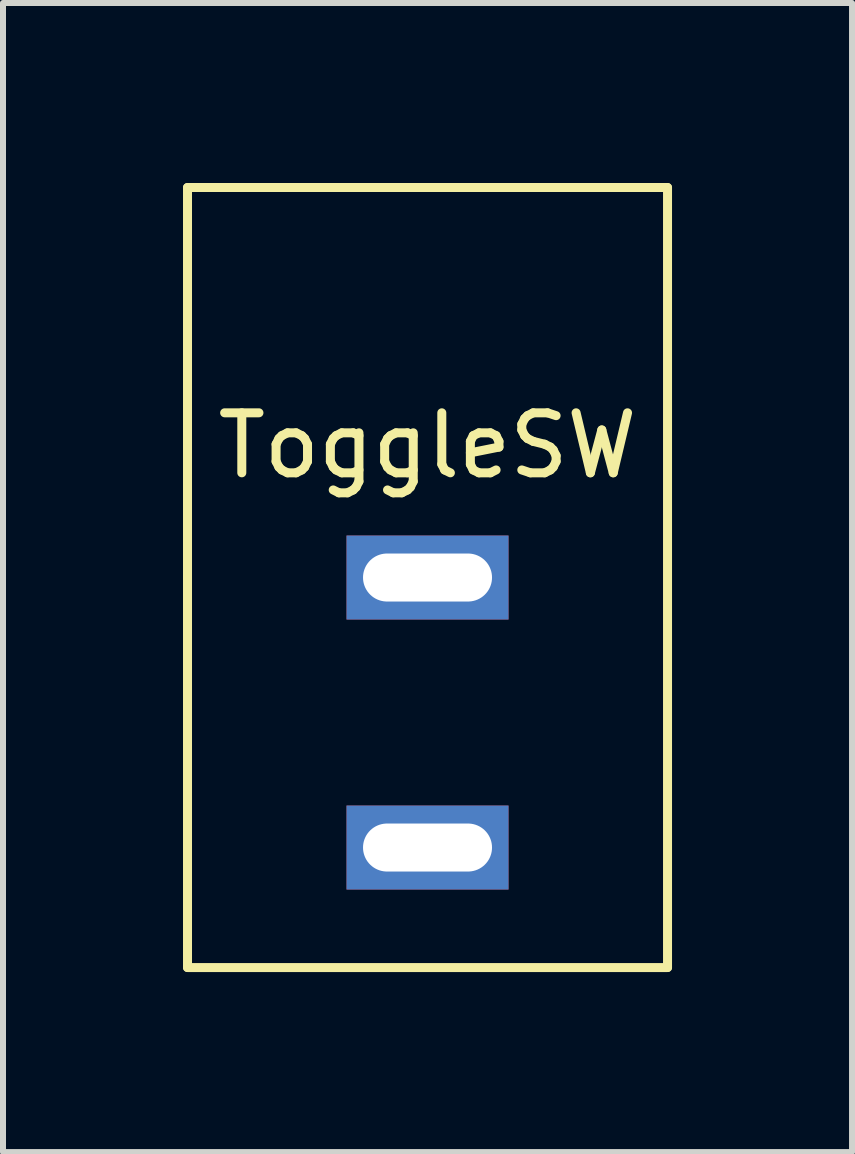
<source format=kicad_pcb>
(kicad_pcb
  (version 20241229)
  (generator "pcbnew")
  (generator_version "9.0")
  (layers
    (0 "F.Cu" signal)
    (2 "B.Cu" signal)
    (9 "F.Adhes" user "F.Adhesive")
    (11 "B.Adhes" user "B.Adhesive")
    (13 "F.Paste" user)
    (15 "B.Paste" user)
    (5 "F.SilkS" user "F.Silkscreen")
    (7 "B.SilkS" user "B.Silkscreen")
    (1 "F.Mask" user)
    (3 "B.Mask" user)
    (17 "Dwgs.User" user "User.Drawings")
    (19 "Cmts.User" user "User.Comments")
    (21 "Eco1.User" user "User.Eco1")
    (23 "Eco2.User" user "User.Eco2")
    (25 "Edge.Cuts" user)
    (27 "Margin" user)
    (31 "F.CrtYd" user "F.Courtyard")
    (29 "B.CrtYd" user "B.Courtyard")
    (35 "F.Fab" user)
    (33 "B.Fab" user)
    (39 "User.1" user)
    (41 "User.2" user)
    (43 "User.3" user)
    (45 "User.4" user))
  (footprint "ToggleSW"
    (layer "F.Cu")
    (at 4.075 6.575)
    (property "Reference" "ToggleSW" (at 0 -2.2 0) (layer "F.SilkS") (effects (font (size 1 1) (thickness 0.15))))
    (attr through_hole)
    (fp_line (start -4 -6.5) (end 4 -6.5) (stroke (width 0.15) (type solid)) (layer "F.SilkS"))
    (fp_line (start -4 0) (end -4 -6.5) (stroke (width 0.15) (type solid)) (layer "F.SilkS"))
    (fp_line (start -4 6.5) (end -4 0) (stroke (width 0.15) (type solid)) (layer "F.SilkS"))
    (fp_line (start 4 -6.5) (end 4 6.5) (stroke (width 0.15) (type solid)) (layer "F.SilkS"))
    (fp_line (start 4 6.5) (end -4 6.5) (stroke (width 0.15) (type solid)) (layer "F.SilkS"))
    (pad "1" thru_hole rect (at 0 0) (size 2.7 1.4) (drill oval 2.15 0.8) (layers "*.Cu" "*.Mask"))
    (pad "2" thru_hole rect (at 0 4.5) (size 2.7 1.4) (drill oval 2.15 0.8) (layers "*.Cu" "*.Mask")))
  (gr_rect
    (start -3 -3)
    (end 11.15 16.15)
    (stroke (width 0.1) (type default))
    (fill no)
    (layer "Edge.Cuts")))
</source>
